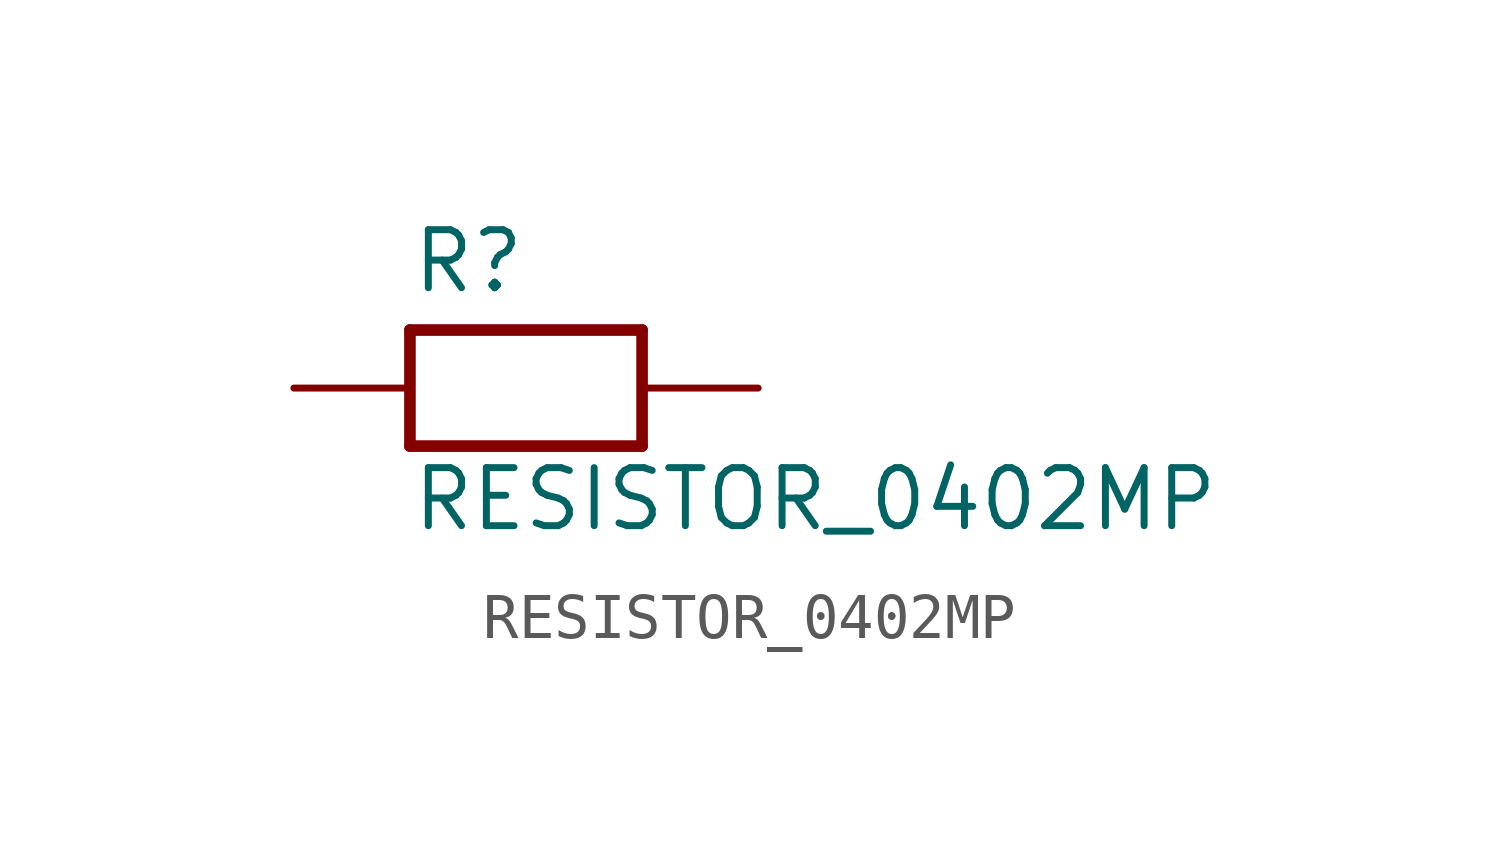
<source format=kicad_sym>
(kicad_symbol_lib
  (version 20211014)
  (generator kicad_symbol_editor)
  (symbol "RESISTOR_0402MP"
    (property "Reference" "R"
      (at -2.54 2.032 0)
      (effects (font (size 1.27 1.27)) (justify left bottom)))
    (property "Value" "RESISTOR_0402MP"
      (at -2.54 -3.175 0)
      (effects (font (size 1.27 1.27)) (justify left bottom)))
    (property "ki_locked" ""
      (at 0 0 0)
      (effects (font (size 1.27 1.27))))
    (symbol "RESISTOR_0402MP_1_0"
      (polyline (pts (xy -2.54 -1.27) (xy -2.54 1.27)) (stroke (width 0.254) (type default) (color 0 0 0 0)) (fill (type none)))
      (polyline (pts (xy -2.54 1.27) (xy 2.54 1.27)) (stroke (width 0.254) (type default) (color 0 0 0 0)) (fill (type none)))
      (polyline (pts (xy 2.54 -1.27) (xy -2.54 -1.27)) (stroke (width 0.254) (type default) (color 0 0 0 0)) (fill (type none)))
      (polyline (pts (xy 2.54 1.27) (xy 2.54 -1.27)) (stroke (width 0.254) (type default) (color 0 0 0 0)) (fill (type none)))
      (pin passive line (at -5.08 0 0) (length 2.54) (name "1" (effects (font (size 0 0)))) (number "1" (effects (font (size 0 0)))))
      (pin passive line (at 5.08 0 180) (length 2.54) (name "2" (effects (font (size 0 0)))) (number "2" (effects (font (size 0 0))))))))
</source>
